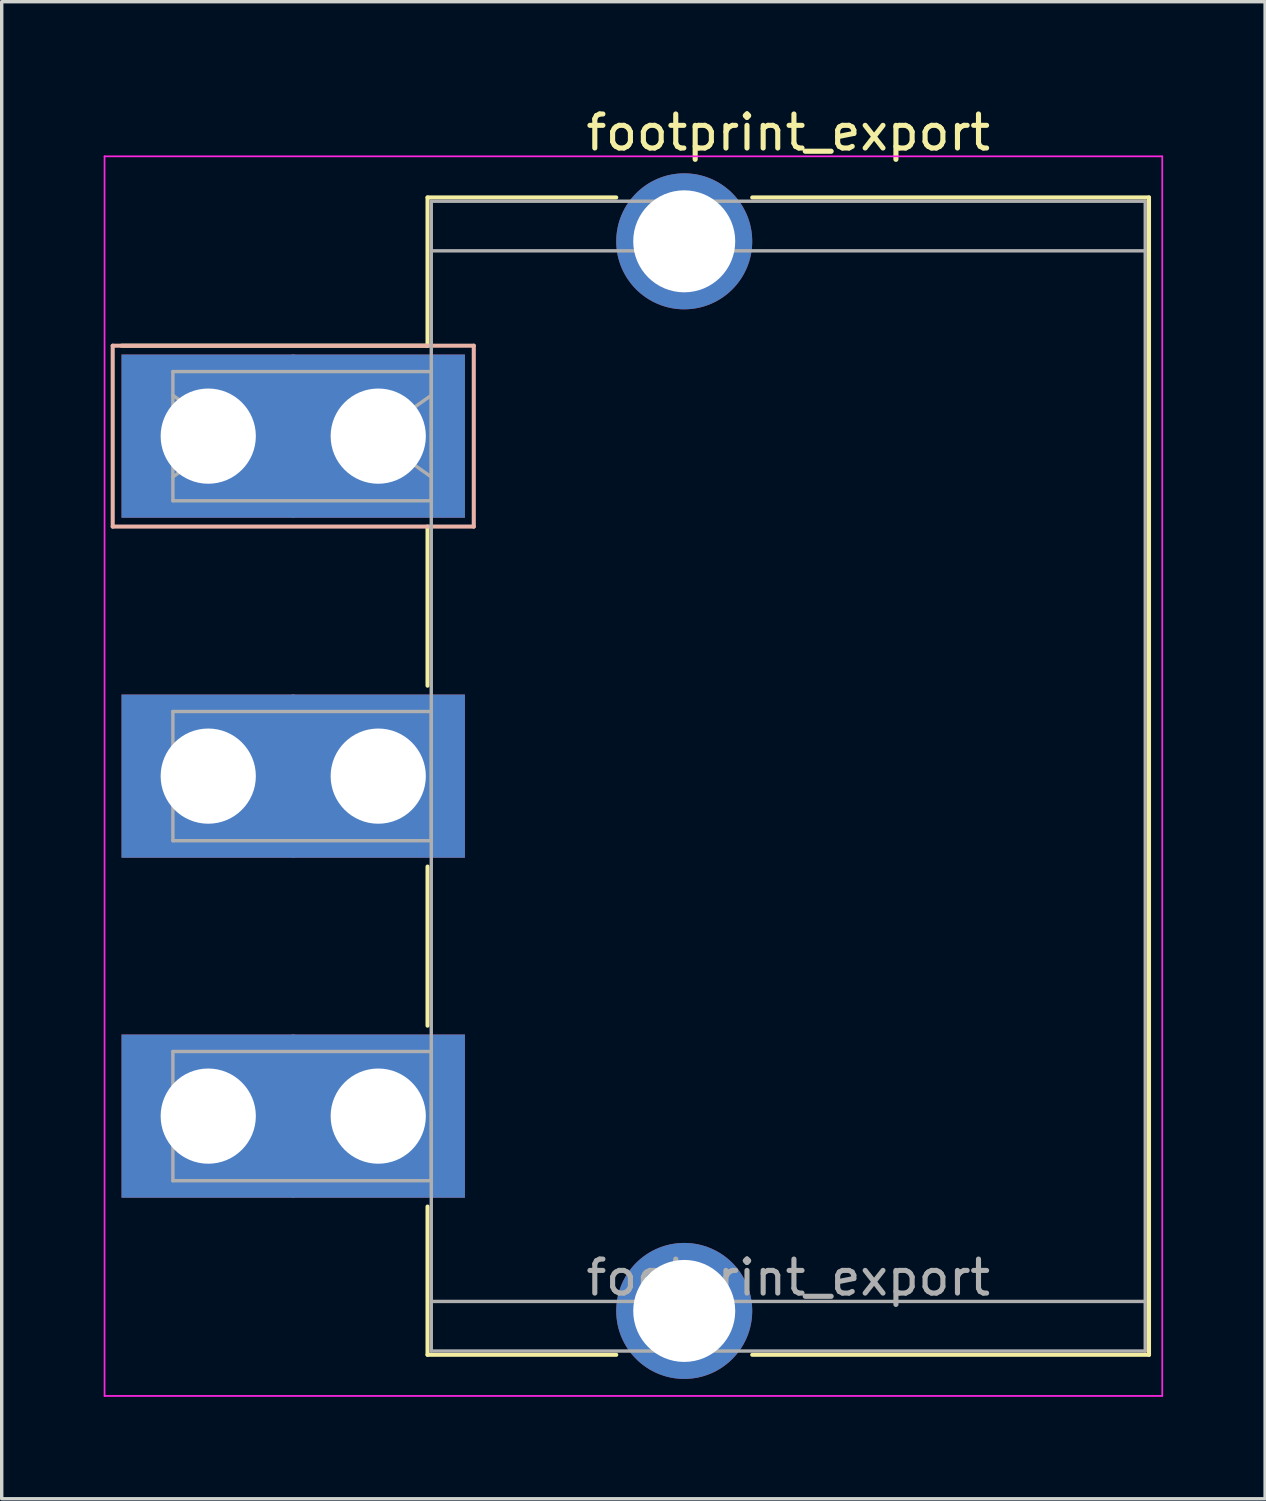
<source format=kicad_pcb>
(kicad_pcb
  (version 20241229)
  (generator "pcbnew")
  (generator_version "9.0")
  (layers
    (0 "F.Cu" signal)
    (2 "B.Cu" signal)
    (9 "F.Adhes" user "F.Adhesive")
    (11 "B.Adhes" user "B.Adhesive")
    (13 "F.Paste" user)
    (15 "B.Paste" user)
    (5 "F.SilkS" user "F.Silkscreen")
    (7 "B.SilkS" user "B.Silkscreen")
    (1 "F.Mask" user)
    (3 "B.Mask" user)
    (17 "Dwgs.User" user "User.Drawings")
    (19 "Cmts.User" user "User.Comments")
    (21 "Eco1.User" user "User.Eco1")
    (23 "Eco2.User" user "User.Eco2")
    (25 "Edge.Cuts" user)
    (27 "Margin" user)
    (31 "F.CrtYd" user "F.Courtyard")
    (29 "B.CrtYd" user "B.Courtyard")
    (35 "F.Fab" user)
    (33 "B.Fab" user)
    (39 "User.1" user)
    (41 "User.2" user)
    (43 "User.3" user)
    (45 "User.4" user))
  (footprint "footprint_export"
    (layer "F.Cu")
    (at 3.075 9.778)
    (property "Reference" "footprint_export" (at 17.06 -8.93 0) (layer "F.SilkS") (effects (font (size 1 1) (thickness 0.15))))
    (attr through_hole)
    (fp_line (start 6.45 -7.02) (end 12 -7.02) (stroke (width 0.12) (type solid)) (layer "F.SilkS"))
    (fp_line (start 6.45 -2.66) (end -2.55 -2.66) (stroke (width 0.12) (type solid)) (layer "F.SilkS"))
    (fp_line (start 6.45 -2.66) (end 6.45 -7.02) (stroke (width 0.12) (type solid)) (layer "F.SilkS"))
    (fp_line (start 6.45 2.66) (end 6.45 7.34) (stroke (width 0.12) (type solid)) (layer "F.SilkS"))
    (fp_line (start 6.45 12.66) (end 6.45 17.34) (stroke (width 0.12) (type solid)) (layer "F.SilkS"))
    (fp_line (start 6.45 22.66) (end 6.45 27.02) (stroke (width 0.12) (type solid)) (layer "F.SilkS"))
    (fp_line (start 6.45 27.02) (end 12 27.02) (stroke (width 0.12) (type solid)) (layer "F.SilkS"))
    (fp_line (start 16 -7.02) (end 27.67 -7.02) (stroke (width 0.12) (type solid)) (layer "F.SilkS"))
    (fp_line (start 16 27.02) (end 27.67 27.02) (stroke (width 0.12) (type solid)) (layer "F.SilkS"))
    (fp_line (start 27.67 -7.02) (end 27.67 10) (stroke (width 0.12) (type solid)) (layer "F.SilkS"))
    (fp_line (start 27.67 27.02) (end 27.67 10) (stroke (width 0.12) (type solid)) (layer "F.SilkS"))
    (fp_line (start -2.81 -2.66) (end -2.81 2.66) (stroke (width 0.12) (type solid)) (layer "B.SilkS"))
    (fp_line (start -2.81 2.66) (end 7.81 2.66) (stroke (width 0.12) (type solid)) (layer "B.SilkS"))
    (fp_line (start 7.81 -2.66) (end -2.81 -2.66) (stroke (width 0.12) (type solid)) (layer "B.SilkS"))
    (fp_line (start 7.81 2.66) (end 7.81 -2.66) (stroke (width 0.12) (type solid)) (layer "B.SilkS"))
    (fp_line (start -3.05 -8.23) (end -3.05 28.23) (stroke (width 0.05) (type solid)) (layer "F.CrtYd"))
    (fp_line (start -3.05 28.23) (end 28.06 28.23) (stroke (width 0.05) (type solid)) (layer "F.CrtYd"))
    (fp_line (start 28.06 -8.23) (end -3.05 -8.23) (stroke (width 0.05) (type solid)) (layer "F.CrtYd"))
    (fp_line (start 28.06 28.23) (end 28.06 -8.23) (stroke (width 0.05) (type solid)) (layer "F.CrtYd"))
    (fp_line (start -1.04 -1.9) (end 6.56 -1.9) (stroke (width 0.1) (type solid)) (layer "F.Fab"))
    (fp_line (start -1.04 -1.2) (end 0.657 0) (stroke (width 0.1) (type solid)) (layer "F.Fab"))
    (fp_line (start -1.04 1.9) (end -1.04 -1.9) (stroke (width 0.1) (type solid)) (layer "F.Fab"))
    (fp_line (start -1.04 8.1) (end 6.56 8.1) (stroke (width 0.1) (type solid)) (layer "F.Fab"))
    (fp_line (start -1.04 11.9) (end -1.04 8.1) (stroke (width 0.1) (type solid)) (layer "F.Fab"))
    (fp_line (start -1.04 18.1) (end 6.56 18.1) (stroke (width 0.1) (type solid)) (layer "F.Fab"))
    (fp_line (start -1.04 21.9) (end -1.04 18.1) (stroke (width 0.1) (type solid)) (layer "F.Fab"))
    (fp_line (start 0.657 0) (end -1.04 1.2) (stroke (width 0.1) (type solid)) (layer "F.Fab"))
    (fp_line (start 4.863 0) (end 6.56 1.2) (stroke (width 0.1) (type solid)) (layer "F.Fab"))
    (fp_line (start 6.56 -6.91) (end 6.56 26.91) (stroke (width 0.1) (type solid)) (layer "F.Fab"))
    (fp_line (start 6.56 -5.45) (end 27.56 -5.45) (stroke (width 0.1) (type solid)) (layer "F.Fab"))
    (fp_line (start 6.56 -1.9) (end 6.56 1.9) (stroke (width 0.1) (type solid)) (layer "F.Fab"))
    (fp_line (start 6.56 -1.2) (end 4.863 0) (stroke (width 0.1) (type solid)) (layer "F.Fab"))
    (fp_line (start 6.56 1.9) (end -1.04 1.9) (stroke (width 0.1) (type solid)) (layer "F.Fab"))
    (fp_line (start 6.56 8.1) (end 6.56 11.9) (stroke (width 0.1) (type solid)) (layer "F.Fab"))
    (fp_line (start 6.56 11.9) (end -1.04 11.9) (stroke (width 0.1) (type solid)) (layer "F.Fab"))
    (fp_line (start 6.56 18.1) (end 6.56 21.9) (stroke (width 0.1) (type solid)) (layer "F.Fab"))
    (fp_line (start 6.56 21.9) (end -1.04 21.9) (stroke (width 0.1) (type solid)) (layer "F.Fab"))
    (fp_line (start 6.56 25.45) (end 27.56 25.45) (stroke (width 0.1) (type solid)) (layer "F.Fab"))
    (fp_line (start 6.56 26.91) (end 27.56 26.91) (stroke (width 0.1) (type solid)) (layer "F.Fab"))
    (fp_line (start 27.56 -6.91) (end 6.56 -6.91) (stroke (width 0.1) (type solid)) (layer "F.Fab"))
    (fp_line (start 27.56 26.91) (end 27.56 -6.91) (stroke (width 0.1) (type solid)) (layer "F.Fab"))
    (fp_text user "${REFERENCE}" (at 17.06 24.75 0) (layer "F.Fab") (effects (font (size 1 1) (thickness 0.15))))
    (pad "" thru_hole circle (at 14 -5.73) (size 4 4) (drill 3) (layers "*.Cu" "*.Mask"))
    (pad "" thru_hole circle (at 14 25.73) (size 4 4) (drill 3) (layers "*.Cu" "*.Mask"))
    (pad "1" thru_hole rect (at 0 0) (size 5.1 4.8) (drill 2.8) (layers "*.Cu" "*.Mask"))
    (pad "1" thru_hole rect (at 5 0) (size 5.1 4.8) (drill 2.8) (layers "*.Cu" "*.Mask"))
    (pad "2" thru_hole rect (at 0 10) (size 5.1 4.8) (drill 2.8) (layers "*.Cu" "*.Mask"))
    (pad "2" thru_hole rect (at 5 10) (size 5.1 4.8) (drill 2.8) (layers "*.Cu" "*.Mask"))
    (pad "3" thru_hole rect (at 0 20) (size 5.1 4.8) (drill 2.8) (layers "*.Cu" "*.Mask"))
    (pad "3" thru_hole rect (at 5 20) (size 5.1 4.8) (drill 2.8) (layers "*.Cu" "*.Mask")))
  (gr_rect
    (start -3 -3)
    (end 34.16 41.033)
    (stroke (width 0.1) (type default))
    (fill no)
    (layer "Edge.Cuts")))
</source>
